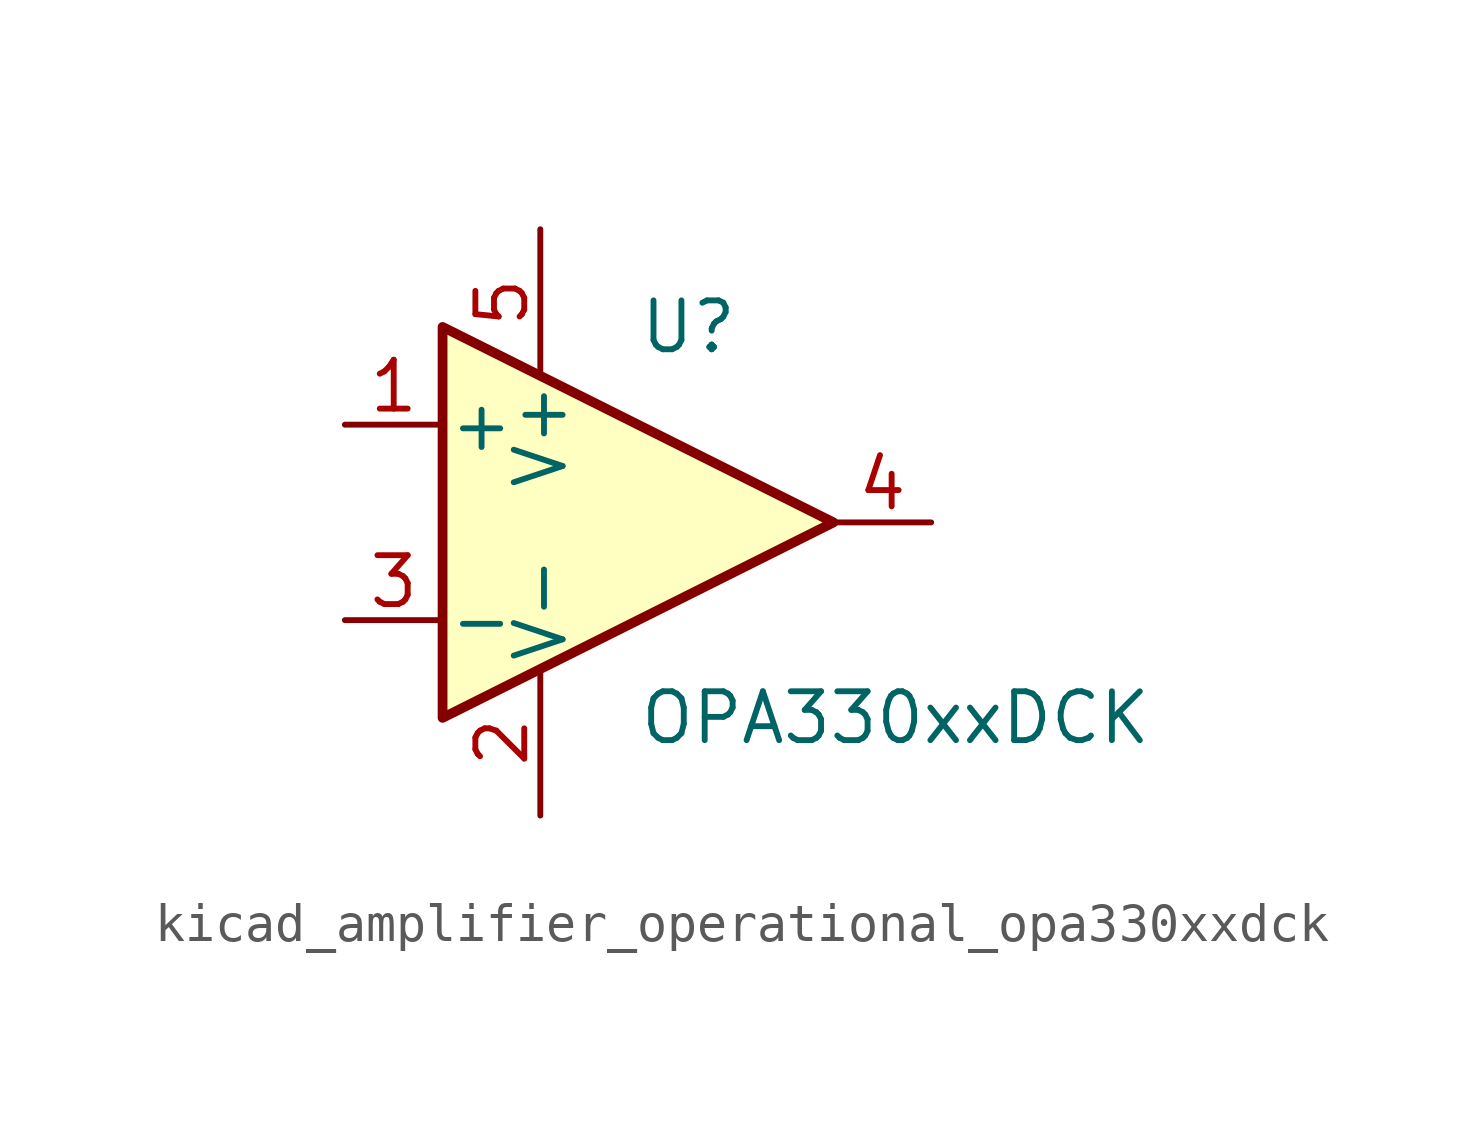
<source format=kicad_sym>
(kicad_symbol_lib
  (version 20220914)
  (generator kicad_symbol_editor)
  (symbol "kicad_amplifier_operational_opa330xxdck"
    (pin_names
      (offset 0.127))
    (property "Reference" "U"
      (at 0 5.08 0)
      (effects (font (size 1.27 1.27)) (justify left)))
    (property "Value" "OPA330xxDCK"
      (at 0 -5.08 0)
      (effects (font (size 1.27 1.27)) (justify left)))
    (symbol "kicad_amplifier_operational_opa330xxdck_0_1"
      (polyline (pts (xy -5.08 5.08) (xy 5.08 0) (xy -5.08 -5.08) (xy -5.08 5.08)) (stroke (width 0.254) (type default)) (fill (type background)))
      (pin power_in line (at -2.54 -7.62 90) (length 3.81) (name "V-" (effects (font (size 1.27 1.27)))) (number "2" (effects (font (size 1.27 1.27)))))
      (pin power_in line (at -2.54 7.62 270) (length 3.81) (name "V+" (effects (font (size 1.27 1.27)))) (number "5" (effects (font (size 1.27 1.27))))))
    (symbol "kicad_amplifier_operational_opa330xxdck_1_1"
      (pin input line (at -7.62 2.54 0) (length 2.54) (name "+" (effects (font (size 1.27 1.27)))) (number "1" (effects (font (size 1.27 1.27)))))
      (pin input line (at -7.62 -2.54 0) (length 2.54) (name "-" (effects (font (size 1.27 1.27)))) (number "3" (effects (font (size 1.27 1.27)))))
      (pin output line (at 7.62 0 180) (length 2.54) (name "~" (effects (font (size 1.27 1.27)))) (number "4" (effects (font (size 1.27 1.27))))))))
</source>
